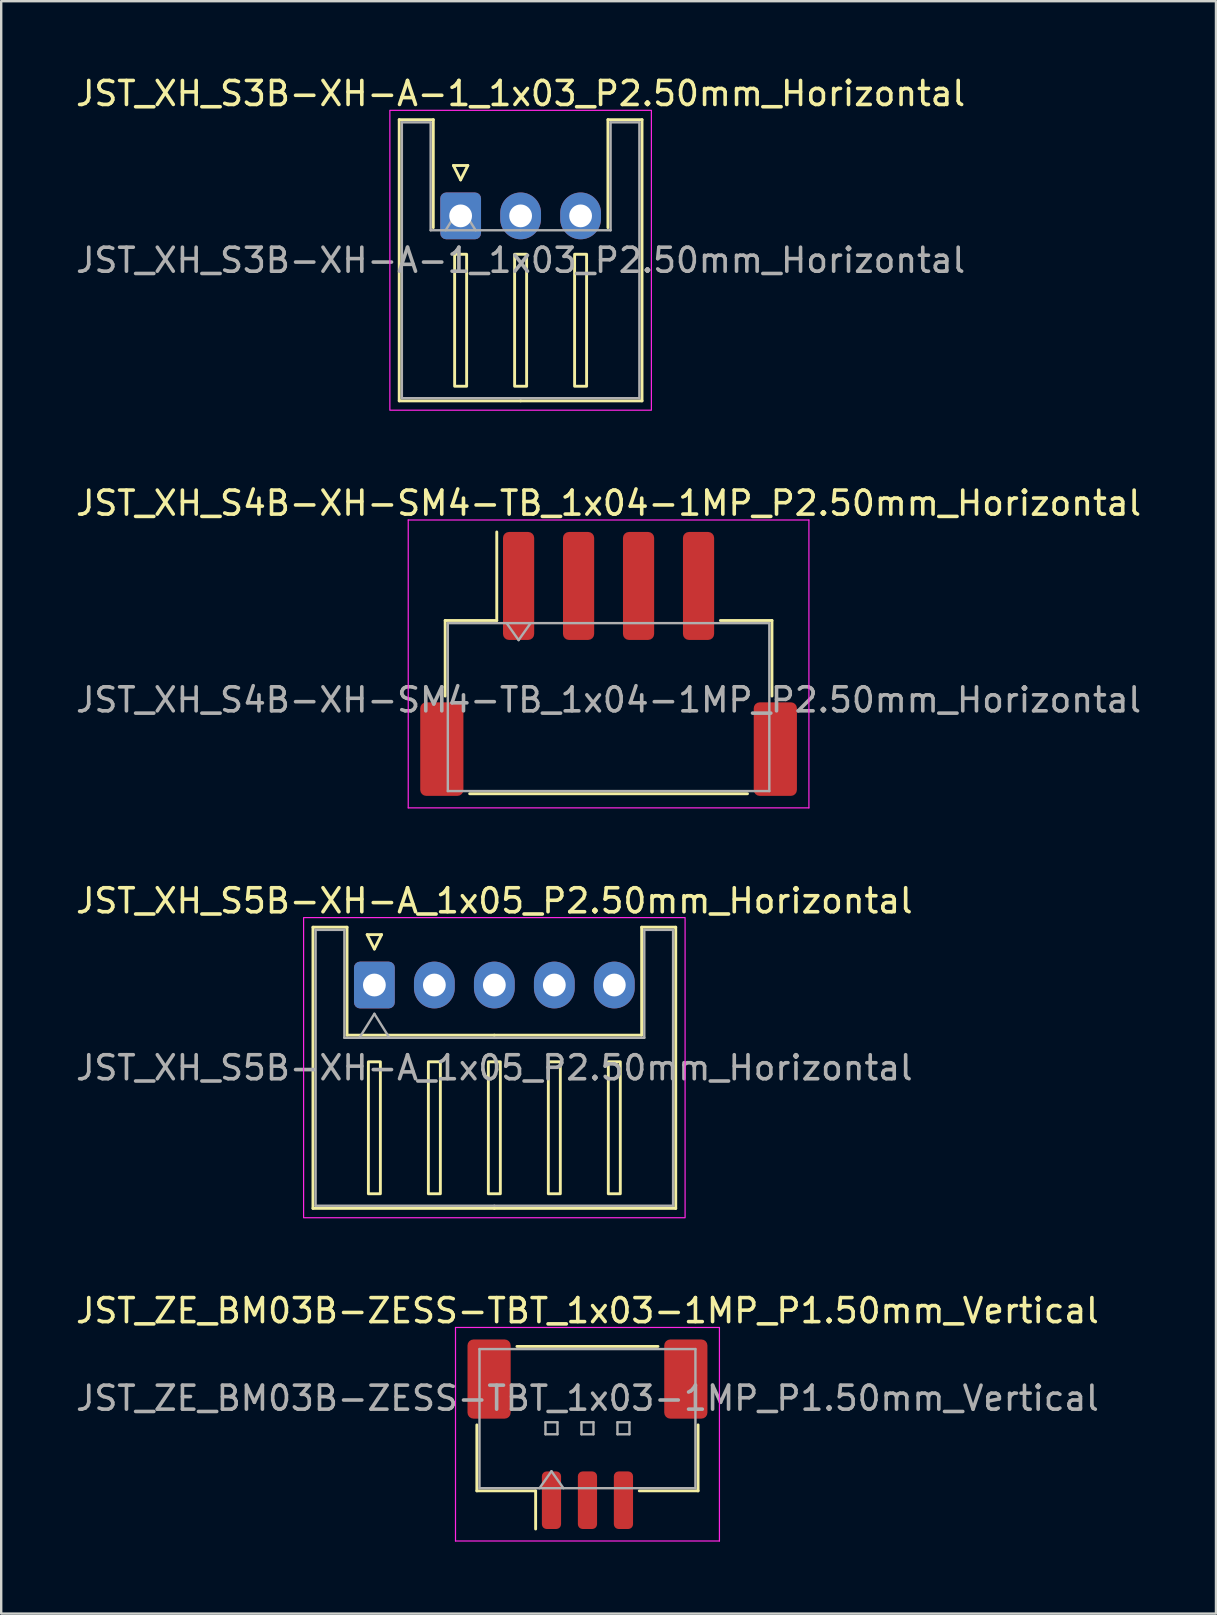
<source format=kicad_pcb>
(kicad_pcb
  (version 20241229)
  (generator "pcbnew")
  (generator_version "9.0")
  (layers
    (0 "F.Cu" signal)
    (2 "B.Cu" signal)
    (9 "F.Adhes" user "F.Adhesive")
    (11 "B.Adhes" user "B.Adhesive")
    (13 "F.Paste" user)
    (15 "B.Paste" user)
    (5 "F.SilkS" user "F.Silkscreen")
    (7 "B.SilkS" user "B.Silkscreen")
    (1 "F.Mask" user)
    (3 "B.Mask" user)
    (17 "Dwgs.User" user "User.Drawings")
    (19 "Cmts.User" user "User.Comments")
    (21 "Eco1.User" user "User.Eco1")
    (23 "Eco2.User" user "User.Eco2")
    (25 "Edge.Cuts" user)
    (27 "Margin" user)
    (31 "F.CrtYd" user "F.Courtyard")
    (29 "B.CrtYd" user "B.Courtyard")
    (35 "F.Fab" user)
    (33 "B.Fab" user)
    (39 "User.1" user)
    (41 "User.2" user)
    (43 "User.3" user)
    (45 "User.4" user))
  (footprint "JST_XH_S4B-XH-SM4-TB_1x04-1MP_P2.50mm_Horizontal"
    (layer "F.Cu")
    (at 22.315 24.622)
    (property "Reference" "JST_XH_S4B-XH-SM4-TB_1x04-1MP_P2.50mm_Horizontal" (at 0 -6.7 0) (layer "F.SilkS") (effects (font (size 1 1) (thickness 0.15))))
    (attr smd)
    (fp_line (start -6.81 -1.81) (end -4.66 -1.81) (stroke (width 0.12) (type solid)) (layer "F.SilkS"))
    (fp_line (start -6.81 1.34) (end -6.81 -1.81) (stroke (width 0.12) (type solid)) (layer "F.SilkS"))
    (fp_line (start -5.79 5.41) (end 5.79 5.41) (stroke (width 0.12) (type solid)) (layer "F.SilkS"))
    (fp_line (start -4.66 -1.81) (end -4.66 -5.5) (stroke (width 0.12) (type solid)) (layer "F.SilkS"))
    (fp_line (start 6.81 -1.81) (end 4.66 -1.81) (stroke (width 0.12) (type solid)) (layer "F.SilkS"))
    (fp_line (start 6.81 1.34) (end 6.81 -1.81) (stroke (width 0.12) (type solid)) (layer "F.SilkS"))
    (fp_line (start -8.35 -6) (end -8.35 6) (stroke (width 0.05) (type solid)) (layer "F.CrtYd"))
    (fp_line (start -8.35 6) (end 8.35 6) (stroke (width 0.05) (type solid)) (layer "F.CrtYd"))
    (fp_line (start 8.35 -6) (end -8.35 -6) (stroke (width 0.05) (type solid)) (layer "F.CrtYd"))
    (fp_line (start 8.35 6) (end 8.35 -6) (stroke (width 0.05) (type solid)) (layer "F.CrtYd"))
    (fp_line (start -6.7 -1.7) (end -6.7 5.3) (stroke (width 0.1) (type solid)) (layer "F.Fab"))
    (fp_line (start -6.7 -1.7) (end 6.7 -1.7) (stroke (width 0.1) (type solid)) (layer "F.Fab"))
    (fp_line (start -6.7 5.3) (end 6.7 5.3) (stroke (width 0.1) (type solid)) (layer "F.Fab"))
    (fp_line (start -4.25 -1.7) (end -3.75 -0.993) (stroke (width 0.1) (type solid)) (layer "F.Fab"))
    (fp_line (start -3.75 -0.993) (end -3.25 -1.7) (stroke (width 0.1) (type solid)) (layer "F.Fab"))
    (fp_line (start 6.7 -1.7) (end 6.7 5.3) (stroke (width 0.1) (type solid)) (layer "F.Fab"))
    (fp_text user "${REFERENCE}" (at 0 1.5 0) (layer "F.Fab") (effects (font (size 1 1) (thickness 0.15))))
    (pad "1" smd roundrect (at -3.75 -3.25) (size 1.3 4.5) (layers "F.Cu" "F.Mask" "F.Paste") (roundrect_rratio 0.192))
    (pad "2" smd roundrect (at -1.25 -3.25) (size 1.3 4.5) (layers "F.Cu" "F.Mask" "F.Paste") (roundrect_rratio 0.192))
    (pad "3" smd roundrect (at 1.25 -3.25) (size 1.3 4.5) (layers "F.Cu" "F.Mask" "F.Paste") (roundrect_rratio 0.192))
    (pad "4" smd roundrect (at 3.75 -3.25) (size 1.3 4.5) (layers "F.Cu" "F.Mask" "F.Paste") (roundrect_rratio 0.192))
    (pad "MP" smd roundrect (at -6.95 3.55) (size 1.8 3.9) (layers "F.Cu" "F.Mask" "F.Paste") (roundrect_rratio 0.139))
    (pad "MP" smd roundrect (at 6.95 3.55) (size 1.8 3.9) (layers "F.Cu" "F.Mask" "F.Paste") (roundrect_rratio 0.139)))
  (footprint "JST_ZE_BM03B-ZESS-TBT_1x03-1MP_P1.50mm_Vertical"
    (layer "F.Cu")
    (at 21.435 56.728)
    (property "Reference" "JST_ZE_BM03B-ZESS-TBT_1x03-1MP_P1.50mm_Vertical" (at 0 -5.15 0) (layer "F.SilkS") (effects (font (size 1 1) (thickness 0.15))))
    (attr smd)
    (fp_line (start -4.61 -0.39) (end -4.61 2.36) (stroke (width 0.12) (type solid)) (layer "F.SilkS"))
    (fp_line (start -4.61 2.36) (end -2.16 2.36) (stroke (width 0.12) (type solid)) (layer "F.SilkS"))
    (fp_line (start -2.94 -3.66) (end 2.94 -3.66) (stroke (width 0.12) (type solid)) (layer "F.SilkS"))
    (fp_line (start -2.16 2.36) (end -2.16 3.95) (stroke (width 0.12) (type solid)) (layer "F.SilkS"))
    (fp_line (start 4.61 -0.39) (end 4.61 2.36) (stroke (width 0.12) (type solid)) (layer "F.SilkS"))
    (fp_line (start 4.61 2.36) (end 2.16 2.36) (stroke (width 0.12) (type solid)) (layer "F.SilkS"))
    (fp_line (start -5.5 -4.45) (end -5.5 4.45) (stroke (width 0.05) (type solid)) (layer "F.CrtYd"))
    (fp_line (start -5.5 4.45) (end 5.5 4.45) (stroke (width 0.05) (type solid)) (layer "F.CrtYd"))
    (fp_line (start 5.5 -4.45) (end -5.5 -4.45) (stroke (width 0.05) (type solid)) (layer "F.CrtYd"))
    (fp_line (start 5.5 4.45) (end 5.5 -4.45) (stroke (width 0.05) (type solid)) (layer "F.CrtYd"))
    (fp_line (start -4.5 -3.55) (end 4.5 -3.55) (stroke (width 0.1) (type solid)) (layer "F.Fab"))
    (fp_line (start -4.5 2.25) (end -4.5 -3.55) (stroke (width 0.1) (type solid)) (layer "F.Fab"))
    (fp_line (start -4.5 2.25) (end 4.5 2.25) (stroke (width 0.1) (type solid)) (layer "F.Fab"))
    (fp_line (start -2 2.25) (end -1.5 1.543) (stroke (width 0.1) (type solid)) (layer "F.Fab"))
    (fp_line (start -1.75 -0.5) (end -1.75 0) (stroke (width 0.1) (type solid)) (layer "F.Fab"))
    (fp_line (start -1.75 0) (end -1.25 0) (stroke (width 0.1) (type solid)) (layer "F.Fab"))
    (fp_line (start -1.5 1.543) (end -1 2.25) (stroke (width 0.1) (type solid)) (layer "F.Fab"))
    (fp_line (start -1.25 -0.5) (end -1.75 -0.5) (stroke (width 0.1) (type solid)) (layer "F.Fab"))
    (fp_line (start -1.25 0) (end -1.25 -0.5) (stroke (width 0.1) (type solid)) (layer "F.Fab"))
    (fp_line (start -0.25 -0.5) (end -0.25 0) (stroke (width 0.1) (type solid)) (layer "F.Fab"))
    (fp_line (start -0.25 0) (end 0.25 0) (stroke (width 0.1) (type solid)) (layer "F.Fab"))
    (fp_line (start 0.25 -0.5) (end -0.25 -0.5) (stroke (width 0.1) (type solid)) (layer "F.Fab"))
    (fp_line (start 0.25 0) (end 0.25 -0.5) (stroke (width 0.1) (type solid)) (layer "F.Fab"))
    (fp_line (start 1.25 -0.5) (end 1.25 0) (stroke (width 0.1) (type solid)) (layer "F.Fab"))
    (fp_line (start 1.25 0) (end 1.75 0) (stroke (width 0.1) (type solid)) (layer "F.Fab"))
    (fp_line (start 1.75 -0.5) (end 1.25 -0.5) (stroke (width 0.1) (type solid)) (layer "F.Fab"))
    (fp_line (start 1.75 0) (end 1.75 -0.5) (stroke (width 0.1) (type solid)) (layer "F.Fab"))
    (fp_line (start 4.5 2.25) (end 4.5 -3.55) (stroke (width 0.1) (type solid)) (layer "F.Fab"))
    (fp_text user "${REFERENCE}" (at 0 -1.5 0) (layer "F.Fab") (effects (font (size 1 1) (thickness 0.15))))
    (pad "1" smd roundrect (at -1.5 2.75) (size 0.8 2.4) (layers "F.Cu" "F.Mask" "F.Paste") (roundrect_rratio 0.25))
    (pad "2" smd roundrect (at 0 2.75) (size 0.8 2.4) (layers "F.Cu" "F.Mask" "F.Paste") (roundrect_rratio 0.25))
    (pad "3" smd roundrect (at 1.5 2.75) (size 0.8 2.4) (layers "F.Cu" "F.Mask" "F.Paste") (roundrect_rratio 0.25))
    (pad "MP" smd roundrect (at -4.1 -2.3) (size 1.8 3.3) (layers "F.Cu" "F.Mask" "F.Paste") (roundrect_rratio 0.139))
    (pad "MP" smd roundrect (at 4.1 -2.3) (size 1.8 3.3) (layers "F.Cu" "F.Mask" "F.Paste") (roundrect_rratio 0.139)))
  (footprint "JST_XH_S5B-XH-A_1x05_P2.50mm_Horizontal"
    (layer "F.Cu")
    (at 12.554 38.005)
    (property "Reference" "JST_XH_S5B-XH-A_1x05_P2.50mm_Horizontal" (at 5 -3.51 0) (layer "F.SilkS") (effects (font (size 1 1) (thickness 0.15))))
    (attr through_hole)
    (fp_line (start -2.56 -2.41) (end -1.14 -2.41) (stroke (width 0.12) (type solid)) (layer "F.SilkS"))
    (fp_line (start -2.56 9.31) (end -2.56 -2.41) (stroke (width 0.12) (type solid)) (layer "F.SilkS"))
    (fp_line (start -1.14 -2.41) (end -1.14 2.09) (stroke (width 0.12) (type solid)) (layer "F.SilkS"))
    (fp_line (start -1.14 2.09) (end 5 2.09) (stroke (width 0.12) (type solid)) (layer "F.SilkS"))
    (fp_line (start -0.3 -2.1) (end 0.3 -2.1) (stroke (width 0.12) (type solid)) (layer "F.SilkS"))
    (fp_line (start 0 -1.5) (end -0.3 -2.1) (stroke (width 0.12) (type solid)) (layer "F.SilkS"))
    (fp_line (start 0.3 -2.1) (end 0 -1.5) (stroke (width 0.12) (type solid)) (layer "F.SilkS"))
    (fp_line (start 5 9.31) (end -2.56 9.31) (stroke (width 0.12) (type solid)) (layer "F.SilkS"))
    (fp_line (start 5 9.31) (end 12.56 9.31) (stroke (width 0.12) (type solid)) (layer "F.SilkS"))
    (fp_line (start 11.14 -2.41) (end 11.14 2.09) (stroke (width 0.12) (type solid)) (layer "F.SilkS"))
    (fp_line (start 11.14 2.09) (end 5 2.09) (stroke (width 0.12) (type solid)) (layer "F.SilkS"))
    (fp_line (start 12.56 -2.41) (end 11.14 -2.41) (stroke (width 0.12) (type solid)) (layer "F.SilkS"))
    (fp_line (start 12.56 9.31) (end 12.56 -2.41) (stroke (width 0.12) (type solid)) (layer "F.SilkS"))
    (fp_rect (start -0.25 3.2) (end 0.25 8.7) (stroke (width 0.12) (type solid)) (fill no) (layer "F.SilkS"))
    (fp_rect (start 2.25 3.2) (end 2.75 8.7) (stroke (width 0.12) (type solid)) (fill no) (layer "F.SilkS"))
    (fp_rect (start 4.75 3.2) (end 5.25 8.7) (stroke (width 0.12) (type solid)) (fill no) (layer "F.SilkS"))
    (fp_rect (start 7.25 3.2) (end 7.75 8.7) (stroke (width 0.12) (type solid)) (fill no) (layer "F.SilkS"))
    (fp_rect (start 9.75 3.2) (end 10.25 8.7) (stroke (width 0.12) (type solid)) (fill no) (layer "F.SilkS"))
    (fp_rect (start -2.95 -2.81) (end 12.95 9.7) (stroke (width 0.05) (type solid)) (fill no) (layer "F.CrtYd"))
    (fp_line (start -2.45 -2.3) (end -1.25 -2.3) (stroke (width 0.1) (type solid)) (layer "F.Fab"))
    (fp_line (start -2.45 9.2) (end -2.45 -2.3) (stroke (width 0.1) (type solid)) (layer "F.Fab"))
    (fp_line (start -1.25 -2.3) (end -1.25 2.2) (stroke (width 0.1) (type solid)) (layer "F.Fab"))
    (fp_line (start -1.25 2.2) (end 5 2.2) (stroke (width 0.1) (type solid)) (layer "F.Fab"))
    (fp_line (start -0.625 2.2) (end 0 1.2) (stroke (width 0.1) (type solid)) (layer "F.Fab"))
    (fp_line (start 0 1.2) (end 0.625 2.2) (stroke (width 0.1) (type solid)) (layer "F.Fab"))
    (fp_line (start 5 9.2) (end -2.45 9.2) (stroke (width 0.1) (type solid)) (layer "F.Fab"))
    (fp_line (start 5 9.2) (end 12.45 9.2) (stroke (width 0.1) (type solid)) (layer "F.Fab"))
    (fp_line (start 11.25 -2.3) (end 11.25 2.2) (stroke (width 0.1) (type solid)) (layer "F.Fab"))
    (fp_line (start 11.25 2.2) (end 5 2.2) (stroke (width 0.1) (type solid)) (layer "F.Fab"))
    (fp_line (start 12.45 -2.3) (end 11.25 -2.3) (stroke (width 0.1) (type solid)) (layer "F.Fab"))
    (fp_line (start 12.45 9.2) (end 12.45 -2.3) (stroke (width 0.1) (type solid)) (layer "F.Fab"))
    (fp_text user "${REFERENCE}" (at 5 3.45 0) (layer "F.Fab") (effects (font (size 1 1) (thickness 0.15))))
    (pad "1" thru_hole roundrect (at 0 0) (size 1.7 1.95) (drill 0.95) (layers "*.Cu" "*.Mask") (roundrect_rratio 0.147))
    (pad "2" thru_hole oval (at 2.5 0) (size 1.7 1.95) (drill 0.95) (layers "*.Cu" "*.Mask"))
    (pad "3" thru_hole oval (at 5 0) (size 1.7 1.95) (drill 0.95) (layers "*.Cu" "*.Mask"))
    (pad "4" thru_hole oval (at 7.5 0) (size 1.7 1.95) (drill 0.95) (layers "*.Cu" "*.Mask"))
    (pad "5" thru_hole oval (at 10 0) (size 1.7 1.95) (drill 0.95) (layers "*.Cu" "*.Mask")))
  (footprint "JST_XH_S3B-XH-A-1_1x03_P2.50mm_Horizontal"
    (layer "F.Cu")
    (at 16.149 5.948)
    (property "Reference" "JST_XH_S3B-XH-A-1_1x03_P2.50mm_Horizontal" (at 2.5 -5.1 0) (layer "F.SilkS") (effects (font (size 1 1) (thickness 0.15))))
    (attr through_hole)
    (fp_line (start -2.56 -4.01) (end -1.14 -4.01) (stroke (width 0.12) (type solid)) (layer "F.SilkS"))
    (fp_line (start -2.56 7.71) (end -2.56 -4.01) (stroke (width 0.12) (type solid)) (layer "F.SilkS"))
    (fp_line (start -1.14 -4.01) (end -1.14 0.49) (stroke (width 0.12) (type solid)) (layer "F.SilkS"))
    (fp_line (start -0.3 -2.1) (end 0.3 -2.1) (stroke (width 0.12) (type solid)) (layer "F.SilkS"))
    (fp_line (start 0 -1.5) (end -0.3 -2.1) (stroke (width 0.12) (type solid)) (layer "F.SilkS"))
    (fp_line (start 0.3 -2.1) (end 0 -1.5) (stroke (width 0.12) (type solid)) (layer "F.SilkS"))
    (fp_line (start 2.5 7.71) (end -2.56 7.71) (stroke (width 0.12) (type solid)) (layer "F.SilkS"))
    (fp_line (start 2.5 7.71) (end 7.56 7.71) (stroke (width 0.12) (type solid)) (layer "F.SilkS"))
    (fp_line (start 6.14 -4.01) (end 6.14 0.49) (stroke (width 0.12) (type solid)) (layer "F.SilkS"))
    (fp_line (start 7.56 -4.01) (end 6.14 -4.01) (stroke (width 0.12) (type solid)) (layer "F.SilkS"))
    (fp_line (start 7.56 7.71) (end 7.56 -4.01) (stroke (width 0.12) (type solid)) (layer "F.SilkS"))
    (fp_rect (start -0.25 1.6) (end 0.25 7.1) (stroke (width 0.12) (type solid)) (fill no) (layer "F.SilkS"))
    (fp_rect (start 2.25 1.6) (end 2.75 7.1) (stroke (width 0.12) (type solid)) (fill no) (layer "F.SilkS"))
    (fp_rect (start 4.75 1.6) (end 5.25 7.1) (stroke (width 0.12) (type solid)) (fill no) (layer "F.SilkS"))
    (fp_rect (start -2.95 -4.4) (end 7.95 8.1) (stroke (width 0.05) (type solid)) (fill no) (layer "F.CrtYd"))
    (fp_line (start -2.45 -3.9) (end -1.25 -3.9) (stroke (width 0.1) (type solid)) (layer "F.Fab"))
    (fp_line (start -2.45 7.6) (end -2.45 -3.9) (stroke (width 0.1) (type solid)) (layer "F.Fab"))
    (fp_line (start -1.25 -3.9) (end -1.25 0.6) (stroke (width 0.1) (type solid)) (layer "F.Fab"))
    (fp_line (start -1.25 0.6) (end 2.5 0.6) (stroke (width 0.1) (type solid)) (layer "F.Fab"))
    (fp_line (start -0.625 0.6) (end 0 -0.4) (stroke (width 0.1) (type solid)) (layer "F.Fab"))
    (fp_line (start 0 -0.4) (end 0.625 0.6) (stroke (width 0.1) (type solid)) (layer "F.Fab"))
    (fp_line (start 2.5 7.6) (end -2.45 7.6) (stroke (width 0.1) (type solid)) (layer "F.Fab"))
    (fp_line (start 2.5 7.6) (end 7.45 7.6) (stroke (width 0.1) (type solid)) (layer "F.Fab"))
    (fp_line (start 6.25 -3.9) (end 6.25 0.6) (stroke (width 0.1) (type solid)) (layer "F.Fab"))
    (fp_line (start 6.25 0.6) (end 2.5 0.6) (stroke (width 0.1) (type solid)) (layer "F.Fab"))
    (fp_line (start 7.45 -3.9) (end 6.25 -3.9) (stroke (width 0.1) (type solid)) (layer "F.Fab"))
    (fp_line (start 7.45 7.6) (end 7.45 -3.9) (stroke (width 0.1) (type solid)) (layer "F.Fab"))
    (fp_text user "${REFERENCE}" (at 2.5 1.85 0) (layer "F.Fab") (effects (font (size 1 1) (thickness 0.15))))
    (pad "1" thru_hole roundrect (at 0 0) (size 1.7 1.95) (drill 0.95) (layers "*.Cu" "*.Mask") (roundrect_rratio 0.147))
    (pad "2" thru_hole oval (at 2.5 0) (size 1.7 1.95) (drill 0.95) (layers "*.Cu" "*.Mask"))
    (pad "3" thru_hole oval (at 5 0) (size 1.7 1.95) (drill 0.95) (layers "*.Cu" "*.Mask")))
  (gr_rect
    (start -3 -3)
    (end 47.631 64.203)
    (stroke (width 0.1) (type default))
    (fill no)
    (layer "Edge.Cuts")))
</source>
